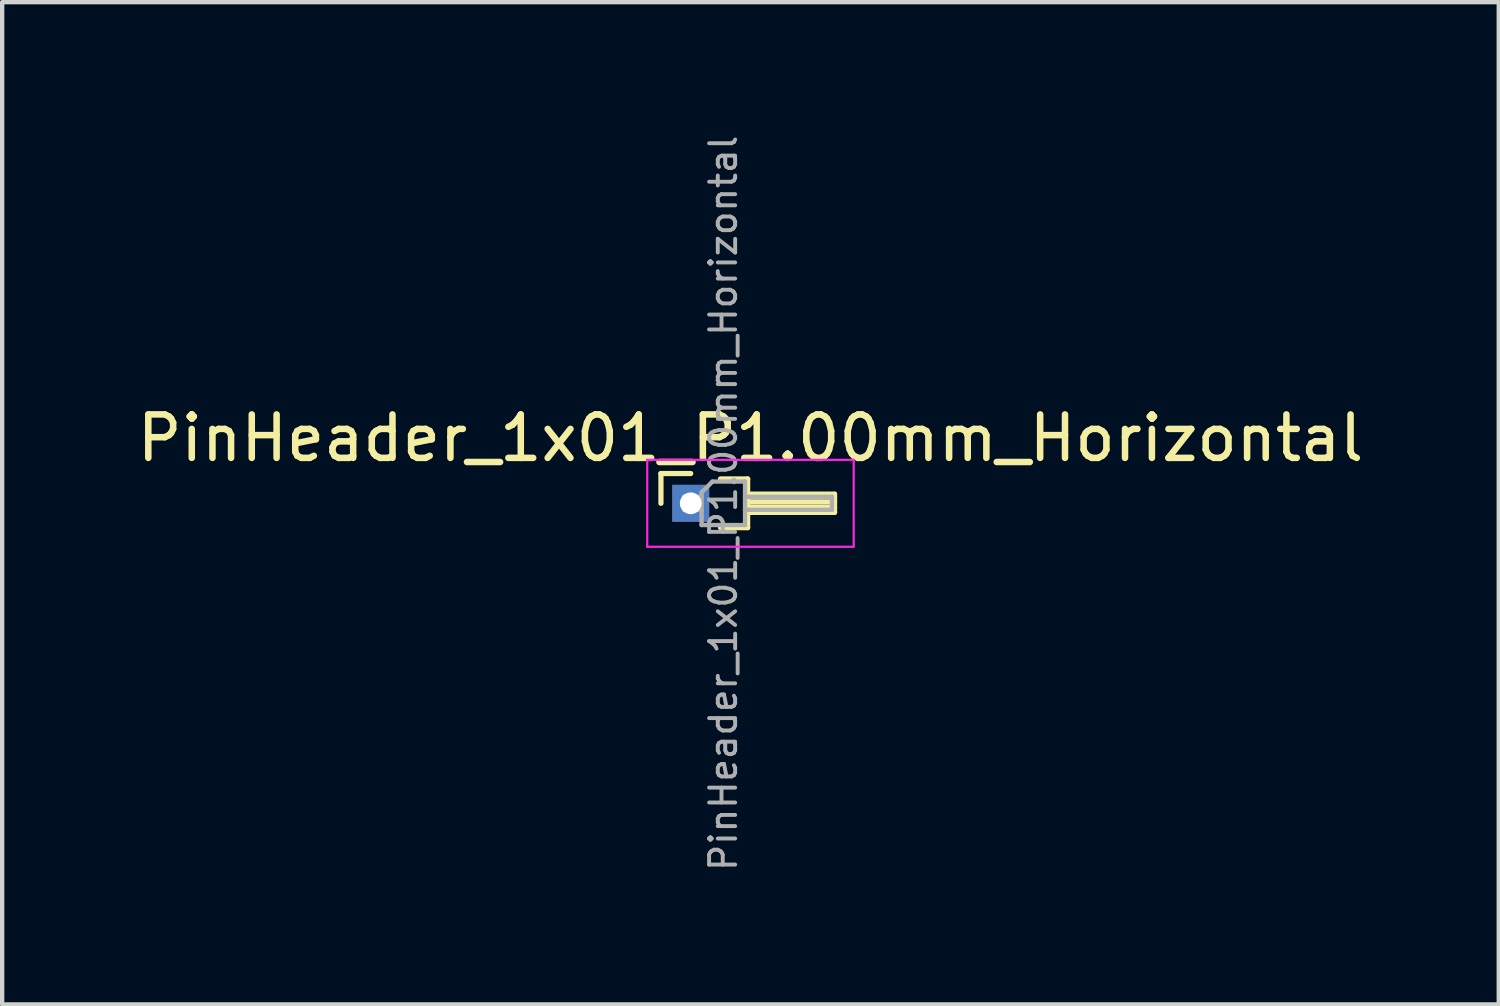
<source format=kicad_pcb>
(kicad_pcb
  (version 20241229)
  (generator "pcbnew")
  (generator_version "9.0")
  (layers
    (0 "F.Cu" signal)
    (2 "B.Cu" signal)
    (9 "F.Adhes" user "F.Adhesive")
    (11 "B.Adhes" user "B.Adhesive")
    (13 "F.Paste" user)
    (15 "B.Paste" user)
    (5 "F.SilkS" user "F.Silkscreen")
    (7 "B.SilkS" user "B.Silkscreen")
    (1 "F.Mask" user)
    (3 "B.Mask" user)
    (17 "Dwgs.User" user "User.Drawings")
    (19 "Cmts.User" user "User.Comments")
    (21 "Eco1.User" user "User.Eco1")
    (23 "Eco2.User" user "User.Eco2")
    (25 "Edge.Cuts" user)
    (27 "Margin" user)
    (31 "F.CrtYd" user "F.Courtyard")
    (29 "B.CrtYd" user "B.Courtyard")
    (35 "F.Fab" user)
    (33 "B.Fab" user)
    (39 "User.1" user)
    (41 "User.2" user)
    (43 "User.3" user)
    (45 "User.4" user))
  (footprint "PinHeader_1x01_P1.00mm_Horizontal"
    (layer "F.Cu")
    (at 12.845 8.532)
    (property "Reference" "PinHeader_1x01_P1.00mm_Horizontal" (at 1.375 -1.5 0) (layer "F.SilkS") (effects (font (size 1 1) (thickness 0.15))))
    (attr through_hole)
    (fp_line (start -0.685 -0.685) (end 0 -0.685) (stroke (width 0.12) (type solid)) (layer "F.SilkS"))
    (fp_line (start -0.685 0) (end -0.685 -0.685) (stroke (width 0.12) (type solid)) (layer "F.SilkS"))
    (fp_line (start 0.685 -0.56) (end 1.31 -0.56) (stroke (width 0.12) (type solid)) (layer "F.SilkS"))
    (fp_line (start 1.31 -0.56) (end 1.31 0.56) (stroke (width 0.12) (type solid)) (layer "F.SilkS"))
    (fp_line (start 1.31 -0.21) (end 3.31 -0.21) (stroke (width 0.12) (type solid)) (layer "F.SilkS"))
    (fp_line (start 1.31 -0.15) (end 3.31 -0.15) (stroke (width 0.12) (type solid)) (layer "F.SilkS"))
    (fp_line (start 1.31 -0.03) (end 3.31 -0.03) (stroke (width 0.12) (type solid)) (layer "F.SilkS"))
    (fp_line (start 1.31 0.09) (end 3.31 0.09) (stroke (width 0.12) (type solid)) (layer "F.SilkS"))
    (fp_line (start 1.31 0.56) (end 0.685 0.56) (stroke (width 0.12) (type solid)) (layer "F.SilkS"))
    (fp_line (start 3.31 -0.21) (end 3.31 0.21) (stroke (width 0.12) (type solid)) (layer "F.SilkS"))
    (fp_line (start 3.31 0.21) (end 1.31 0.21) (stroke (width 0.12) (type solid)) (layer "F.SilkS"))
    (fp_line (start -1 -1) (end -1 1) (stroke (width 0.05) (type solid)) (layer "F.CrtYd"))
    (fp_line (start -1 1) (end 3.75 1) (stroke (width 0.05) (type solid)) (layer "F.CrtYd"))
    (fp_line (start 3.75 -1) (end -1 -1) (stroke (width 0.05) (type solid)) (layer "F.CrtYd"))
    (fp_line (start 3.75 1) (end 3.75 -1) (stroke (width 0.05) (type solid)) (layer "F.CrtYd"))
    (fp_line (start -0.15 -0.15) (end -0.15 0.15) (stroke (width 0.1) (type solid)) (layer "F.Fab"))
    (fp_line (start -0.15 -0.15) (end 0.25 -0.15) (stroke (width 0.1) (type solid)) (layer "F.Fab"))
    (fp_line (start -0.15 0.15) (end 0.25 0.15) (stroke (width 0.1) (type solid)) (layer "F.Fab"))
    (fp_line (start 0.25 -0.25) (end 0.5 -0.5) (stroke (width 0.1) (type solid)) (layer "F.Fab"))
    (fp_line (start 0.25 0.5) (end 0.25 -0.25) (stroke (width 0.1) (type solid)) (layer "F.Fab"))
    (fp_line (start 0.5 -0.5) (end 1.25 -0.5) (stroke (width 0.1) (type solid)) (layer "F.Fab"))
    (fp_line (start 1.25 -0.5) (end 1.25 0.5) (stroke (width 0.1) (type solid)) (layer "F.Fab"))
    (fp_line (start 1.25 -0.15) (end 3.25 -0.15) (stroke (width 0.1) (type solid)) (layer "F.Fab"))
    (fp_line (start 1.25 0.15) (end 3.25 0.15) (stroke (width 0.1) (type solid)) (layer "F.Fab"))
    (fp_line (start 1.25 0.5) (end 0.25 0.5) (stroke (width 0.1) (type solid)) (layer "F.Fab"))
    (fp_line (start 3.25 -0.15) (end 3.25 0.15) (stroke (width 0.1) (type solid)) (layer "F.Fab"))
    (fp_text user "${REFERENCE}" (at 0.75 0 90) (layer "F.Fab") (effects (font (size 0.6 0.6) (thickness 0.09))))
    (pad "1" thru_hole rect (at 0 0) (size 0.85 0.85) (drill 0.5) (layers "*.Cu" "*.Mask")))
  (gr_rect
    (start -3 -3)
    (end 31.44 20.064)
    (stroke (width 0.1) (type default))
    (fill no)
    (layer "Edge.Cuts")))
</source>
